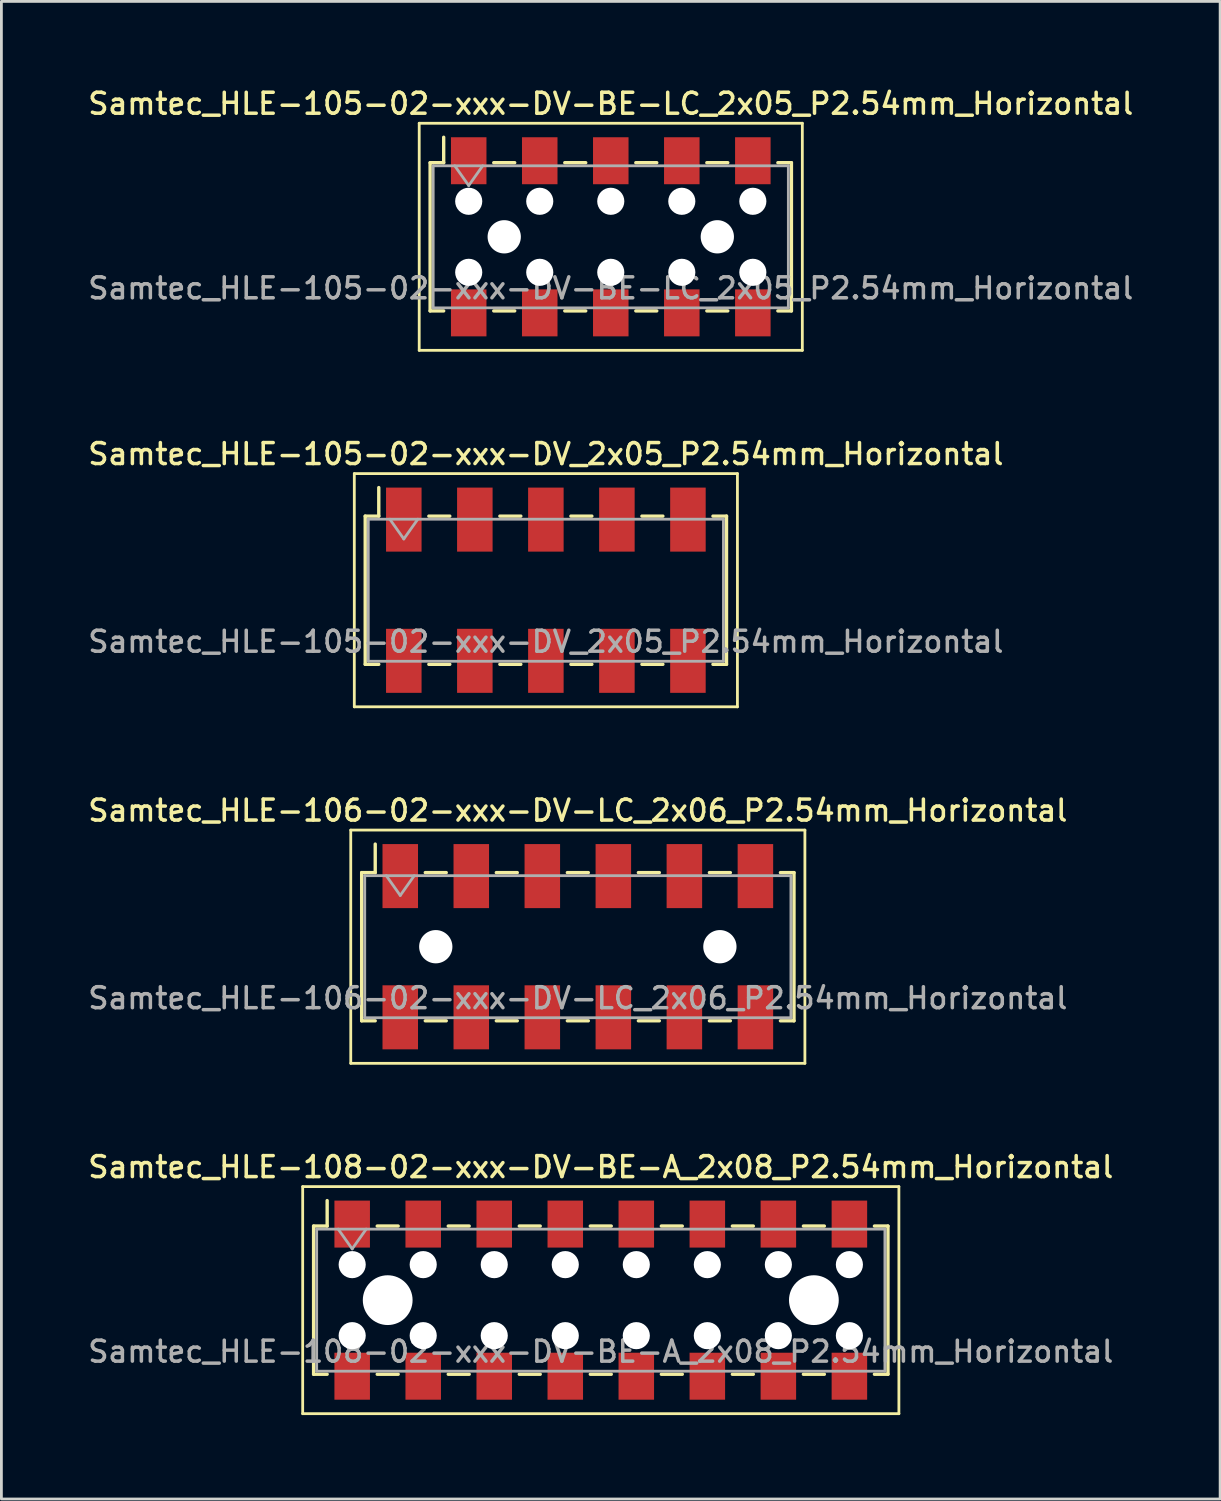
<source format=kicad_pcb>
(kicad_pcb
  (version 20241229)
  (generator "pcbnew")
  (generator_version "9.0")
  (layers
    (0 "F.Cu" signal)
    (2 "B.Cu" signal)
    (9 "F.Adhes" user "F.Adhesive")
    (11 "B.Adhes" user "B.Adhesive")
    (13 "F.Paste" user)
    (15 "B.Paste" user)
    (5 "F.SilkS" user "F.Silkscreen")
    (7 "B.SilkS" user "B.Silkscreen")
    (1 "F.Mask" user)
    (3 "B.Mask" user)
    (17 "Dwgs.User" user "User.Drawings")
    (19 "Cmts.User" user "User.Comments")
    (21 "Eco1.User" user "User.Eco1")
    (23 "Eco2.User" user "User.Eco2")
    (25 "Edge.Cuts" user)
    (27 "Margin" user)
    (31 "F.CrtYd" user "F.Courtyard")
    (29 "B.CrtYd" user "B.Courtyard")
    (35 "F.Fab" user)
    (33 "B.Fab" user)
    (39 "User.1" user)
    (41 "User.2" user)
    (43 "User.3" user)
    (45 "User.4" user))
  (footprint "Samtec_HLE-108-02-xxx-DV-BE-A_2x08_P2.54mm_Horizontal"
    (layer "F.Cu")
    (at 18.434 43.443)
    (property "Reference" "Samtec_HLE-108-02-xxx-DV-BE-A_2x08_P2.54mm_Horizontal" (at 0 -4.76 0) (layer "F.SilkS") (effects (font (size 0.75 0.75) (thickness 0.125))))
    (attr smd)
    (fp_line (start -10.66 -4.06) (end 10.66 -4.06) (stroke (width 0.1) (type solid)) (layer "F.SilkS"))
    (fp_line (start -10.66 4.06) (end -10.66 -4.06) (stroke (width 0.1) (type solid)) (layer "F.SilkS"))
    (fp_line (start -10.27 -2.65) (end -10.27 2.65) (stroke (width 0.12) (type solid)) (layer "F.SilkS"))
    (fp_line (start -10.27 2.65) (end -9.785 2.65) (stroke (width 0.12) (type solid)) (layer "F.SilkS"))
    (fp_line (start -9.785 -3.56) (end -9.785 -2.65) (stroke (width 0.12) (type solid)) (layer "F.SilkS"))
    (fp_line (start -9.785 -2.65) (end -10.27 -2.65) (stroke (width 0.12) (type solid)) (layer "F.SilkS"))
    (fp_line (start -7.995 -2.65) (end -7.245 -2.65) (stroke (width 0.12) (type solid)) (layer "F.SilkS"))
    (fp_line (start -7.995 2.65) (end -7.245 2.65) (stroke (width 0.12) (type solid)) (layer "F.SilkS"))
    (fp_line (start -5.455 -2.65) (end -4.705 -2.65) (stroke (width 0.12) (type solid)) (layer "F.SilkS"))
    (fp_line (start -5.455 2.65) (end -4.705 2.65) (stroke (width 0.12) (type solid)) (layer "F.SilkS"))
    (fp_line (start -2.915 -2.65) (end -2.165 -2.65) (stroke (width 0.12) (type solid)) (layer "F.SilkS"))
    (fp_line (start -2.915 2.65) (end -2.165 2.65) (stroke (width 0.12) (type solid)) (layer "F.SilkS"))
    (fp_line (start -0.375 -2.65) (end 0.375 -2.65) (stroke (width 0.12) (type solid)) (layer "F.SilkS"))
    (fp_line (start -0.375 2.65) (end 0.375 2.65) (stroke (width 0.12) (type solid)) (layer "F.SilkS"))
    (fp_line (start 2.165 -2.65) (end 2.915 -2.65) (stroke (width 0.12) (type solid)) (layer "F.SilkS"))
    (fp_line (start 2.165 2.65) (end 2.915 2.65) (stroke (width 0.12) (type solid)) (layer "F.SilkS"))
    (fp_line (start 4.705 -2.65) (end 5.455 -2.65) (stroke (width 0.12) (type solid)) (layer "F.SilkS"))
    (fp_line (start 4.705 2.65) (end 5.455 2.65) (stroke (width 0.12) (type solid)) (layer "F.SilkS"))
    (fp_line (start 7.245 -2.65) (end 7.995 -2.65) (stroke (width 0.12) (type solid)) (layer "F.SilkS"))
    (fp_line (start 7.245 2.65) (end 7.995 2.65) (stroke (width 0.12) (type solid)) (layer "F.SilkS"))
    (fp_line (start 9.785 -2.65) (end 10.27 -2.65) (stroke (width 0.12) (type solid)) (layer "F.SilkS"))
    (fp_line (start 10.27 -2.65) (end 10.27 2.65) (stroke (width 0.12) (type solid)) (layer "F.SilkS"))
    (fp_line (start 10.27 2.65) (end 9.785 2.65) (stroke (width 0.12) (type solid)) (layer "F.SilkS"))
    (fp_line (start 10.66 -4.06) (end 10.66 4.06) (stroke (width 0.1) (type solid)) (layer "F.SilkS"))
    (fp_line (start 10.66 4.06) (end -10.66 4.06) (stroke (width 0.1) (type solid)) (layer "F.SilkS"))
    (fp_line (start -10.16 -2.54) (end 10.16 -2.54) (stroke (width 0.1) (type solid)) (layer "F.Fab"))
    (fp_line (start -10.16 2.54) (end -10.16 -2.54) (stroke (width 0.1) (type solid)) (layer "F.Fab"))
    (fp_line (start -9.39 -2.54) (end -8.89 -1.833) (stroke (width 0.1) (type solid)) (layer "F.Fab"))
    (fp_line (start -8.89 -1.833) (end -8.39 -2.54) (stroke (width 0.1) (type solid)) (layer "F.Fab"))
    (fp_line (start 10.16 -2.54) (end 10.16 2.54) (stroke (width 0.1) (type solid)) (layer "F.Fab"))
    (fp_line (start 10.16 2.54) (end -10.16 2.54) (stroke (width 0.1) (type solid)) (layer "F.Fab"))
    (fp_text user "${REFERENCE}" (at 0 1.84 0) (layer "F.Fab") (effects (font (size 0.75 0.75) (thickness 0.125))))
    (pad "" np_thru_hole circle (at -8.89 -1.27) (size 0.97 0.97) (drill 0.97) (layers "*.Cu" "*.Mask"))
    (pad "" np_thru_hole circle (at -8.89 1.27) (size 0.97 0.97) (drill 0.97) (layers "*.Cu" "*.Mask"))
    (pad "" np_thru_hole circle (at -7.62 0) (size 1.78 1.78) (drill 1.78) (layers "*.Cu" "*.Mask"))
    (pad "" np_thru_hole circle (at -6.35 -1.27) (size 0.97 0.97) (drill 0.97) (layers "*.Cu" "*.Mask"))
    (pad "" np_thru_hole circle (at -6.35 1.27) (size 0.97 0.97) (drill 0.97) (layers "*.Cu" "*.Mask"))
    (pad "" np_thru_hole circle (at -3.81 -1.27) (size 0.97 0.97) (drill 0.97) (layers "*.Cu" "*.Mask"))
    (pad "" np_thru_hole circle (at -3.81 1.27) (size 0.97 0.97) (drill 0.97) (layers "*.Cu" "*.Mask"))
    (pad "" np_thru_hole circle (at -1.27 -1.27) (size 0.97 0.97) (drill 0.97) (layers "*.Cu" "*.Mask"))
    (pad "" np_thru_hole circle (at -1.27 1.27) (size 0.97 0.97) (drill 0.97) (layers "*.Cu" "*.Mask"))
    (pad "" np_thru_hole circle (at 1.27 -1.27) (size 0.97 0.97) (drill 0.97) (layers "*.Cu" "*.Mask"))
    (pad "" np_thru_hole circle (at 1.27 1.27) (size 0.97 0.97) (drill 0.97) (layers "*.Cu" "*.Mask"))
    (pad "" np_thru_hole circle (at 3.81 -1.27) (size 0.97 0.97) (drill 0.97) (layers "*.Cu" "*.Mask"))
    (pad "" np_thru_hole circle (at 3.81 1.27) (size 0.97 0.97) (drill 0.97) (layers "*.Cu" "*.Mask"))
    (pad "" np_thru_hole circle (at 6.35 -1.27) (size 0.97 0.97) (drill 0.97) (layers "*.Cu" "*.Mask"))
    (pad "" np_thru_hole circle (at 6.35 1.27) (size 0.97 0.97) (drill 0.97) (layers "*.Cu" "*.Mask"))
    (pad "" np_thru_hole circle (at 7.62 0) (size 1.78 1.78) (drill 1.78) (layers "*.Cu" "*.Mask"))
    (pad "" np_thru_hole circle (at 8.89 -1.27) (size 0.97 0.97) (drill 0.97) (layers "*.Cu" "*.Mask"))
    (pad "" np_thru_hole circle (at 8.89 1.27) (size 0.97 0.97) (drill 0.97) (layers "*.Cu" "*.Mask"))
    (pad "1" smd rect (at -8.89 -2.72) (size 1.27 1.68) (layers "F.Cu" "F.Mask" "F.Paste"))
    (pad "2" smd rect (at -8.89 2.72) (size 1.27 1.68) (layers "F.Cu" "F.Mask" "F.Paste"))
    (pad "3" smd rect (at -6.35 -2.72) (size 1.27 1.68) (layers "F.Cu" "F.Mask" "F.Paste"))
    (pad "4" smd rect (at -6.35 2.72) (size 1.27 1.68) (layers "F.Cu" "F.Mask" "F.Paste"))
    (pad "5" smd rect (at -3.81 -2.72) (size 1.27 1.68) (layers "F.Cu" "F.Mask" "F.Paste"))
    (pad "6" smd rect (at -3.81 2.72) (size 1.27 1.68) (layers "F.Cu" "F.Mask" "F.Paste"))
    (pad "7" smd rect (at -1.27 -2.72) (size 1.27 1.68) (layers "F.Cu" "F.Mask" "F.Paste"))
    (pad "8" smd rect (at -1.27 2.72) (size 1.27 1.68) (layers "F.Cu" "F.Mask" "F.Paste"))
    (pad "9" smd rect (at 1.27 -2.72) (size 1.27 1.68) (layers "F.Cu" "F.Mask" "F.Paste"))
    (pad "10" smd rect (at 1.27 2.72) (size 1.27 1.68) (layers "F.Cu" "F.Mask" "F.Paste"))
    (pad "11" smd rect (at 3.81 -2.72) (size 1.27 1.68) (layers "F.Cu" "F.Mask" "F.Paste"))
    (pad "12" smd rect (at 3.81 2.72) (size 1.27 1.68) (layers "F.Cu" "F.Mask" "F.Paste"))
    (pad "13" smd rect (at 6.35 -2.72) (size 1.27 1.68) (layers "F.Cu" "F.Mask" "F.Paste"))
    (pad "14" smd rect (at 6.35 2.72) (size 1.27 1.68) (layers "F.Cu" "F.Mask" "F.Paste"))
    (pad "15" smd rect (at 8.89 -2.72) (size 1.27 1.68) (layers "F.Cu" "F.Mask" "F.Paste"))
    (pad "16" smd rect (at 8.89 2.72) (size 1.27 1.68) (layers "F.Cu" "F.Mask" "F.Paste")))
  (footprint "Samtec_HLE-105-02-xxx-DV-BE-LC_2x05_P2.54mm_Horizontal"
    (layer "F.Cu")
    (at 18.791 5.418)
    (property "Reference" "Samtec_HLE-105-02-xxx-DV-BE-LC_2x05_P2.54mm_Horizontal" (at 0 -4.76 0) (layer "F.SilkS") (effects (font (size 0.75 0.75) (thickness 0.125))))
    (attr smd)
    (fp_line (start -6.85 -4.06) (end 6.85 -4.06) (stroke (width 0.1) (type solid)) (layer "F.SilkS"))
    (fp_line (start -6.85 4.06) (end -6.85 -4.06) (stroke (width 0.1) (type solid)) (layer "F.SilkS"))
    (fp_line (start -6.46 -2.65) (end -6.46 2.65) (stroke (width 0.12) (type solid)) (layer "F.SilkS"))
    (fp_line (start -6.46 2.65) (end -5.975 2.65) (stroke (width 0.12) (type solid)) (layer "F.SilkS"))
    (fp_line (start -5.975 -3.56) (end -5.975 -2.65) (stroke (width 0.12) (type solid)) (layer "F.SilkS"))
    (fp_line (start -5.975 -2.65) (end -6.46 -2.65) (stroke (width 0.12) (type solid)) (layer "F.SilkS"))
    (fp_line (start -4.185 -2.65) (end -3.435 -2.65) (stroke (width 0.12) (type solid)) (layer "F.SilkS"))
    (fp_line (start -4.185 2.65) (end -3.435 2.65) (stroke (width 0.12) (type solid)) (layer "F.SilkS"))
    (fp_line (start -1.645 -2.65) (end -0.895 -2.65) (stroke (width 0.12) (type solid)) (layer "F.SilkS"))
    (fp_line (start -1.645 2.65) (end -0.895 2.65) (stroke (width 0.12) (type solid)) (layer "F.SilkS"))
    (fp_line (start 0.895 -2.65) (end 1.645 -2.65) (stroke (width 0.12) (type solid)) (layer "F.SilkS"))
    (fp_line (start 0.895 2.65) (end 1.645 2.65) (stroke (width 0.12) (type solid)) (layer "F.SilkS"))
    (fp_line (start 3.435 -2.65) (end 4.185 -2.65) (stroke (width 0.12) (type solid)) (layer "F.SilkS"))
    (fp_line (start 3.435 2.65) (end 4.185 2.65) (stroke (width 0.12) (type solid)) (layer "F.SilkS"))
    (fp_line (start 5.975 -2.65) (end 6.46 -2.65) (stroke (width 0.12) (type solid)) (layer "F.SilkS"))
    (fp_line (start 6.46 -2.65) (end 6.46 2.65) (stroke (width 0.12) (type solid)) (layer "F.SilkS"))
    (fp_line (start 6.46 2.65) (end 5.975 2.65) (stroke (width 0.12) (type solid)) (layer "F.SilkS"))
    (fp_line (start 6.85 -4.06) (end 6.85 4.06) (stroke (width 0.1) (type solid)) (layer "F.SilkS"))
    (fp_line (start 6.85 4.06) (end -6.85 4.06) (stroke (width 0.1) (type solid)) (layer "F.SilkS"))
    (fp_line (start -6.35 -2.54) (end 6.35 -2.54) (stroke (width 0.1) (type solid)) (layer "F.Fab"))
    (fp_line (start -6.35 2.54) (end -6.35 -2.54) (stroke (width 0.1) (type solid)) (layer "F.Fab"))
    (fp_line (start -5.58 -2.54) (end -5.08 -1.833) (stroke (width 0.1) (type solid)) (layer "F.Fab"))
    (fp_line (start -5.08 -1.833) (end -4.58 -2.54) (stroke (width 0.1) (type solid)) (layer "F.Fab"))
    (fp_line (start 6.35 -2.54) (end 6.35 2.54) (stroke (width 0.1) (type solid)) (layer "F.Fab"))
    (fp_line (start 6.35 2.54) (end -6.35 2.54) (stroke (width 0.1) (type solid)) (layer "F.Fab"))
    (fp_text user "${REFERENCE}" (at 0 1.84 0) (layer "F.Fab") (effects (font (size 0.75 0.75) (thickness 0.125))))
    (pad "" np_thru_hole circle (at -5.08 -1.27) (size 0.97 0.97) (drill 0.97) (layers "*.Cu" "*.Mask"))
    (pad "" np_thru_hole circle (at -5.08 1.27) (size 0.97 0.97) (drill 0.97) (layers "*.Cu" "*.Mask"))
    (pad "" np_thru_hole circle (at -3.81 0) (size 1.19 1.19) (drill 1.19) (layers "*.Cu" "*.Mask"))
    (pad "" np_thru_hole circle (at -2.54 -1.27) (size 0.97 0.97) (drill 0.97) (layers "*.Cu" "*.Mask"))
    (pad "" np_thru_hole circle (at -2.54 1.27) (size 0.97 0.97) (drill 0.97) (layers "*.Cu" "*.Mask"))
    (pad "" np_thru_hole circle (at 0 -1.27) (size 0.97 0.97) (drill 0.97) (layers "*.Cu" "*.Mask"))
    (pad "" np_thru_hole circle (at 0 1.27) (size 0.97 0.97) (drill 0.97) (layers "*.Cu" "*.Mask"))
    (pad "" np_thru_hole circle (at 2.54 -1.27) (size 0.97 0.97) (drill 0.97) (layers "*.Cu" "*.Mask"))
    (pad "" np_thru_hole circle (at 2.54 1.27) (size 0.97 0.97) (drill 0.97) (layers "*.Cu" "*.Mask"))
    (pad "" np_thru_hole circle (at 3.81 0) (size 1.19 1.19) (drill 1.19) (layers "*.Cu" "*.Mask"))
    (pad "" np_thru_hole circle (at 5.08 -1.27) (size 0.97 0.97) (drill 0.97) (layers "*.Cu" "*.Mask"))
    (pad "" np_thru_hole circle (at 5.08 1.27) (size 0.97 0.97) (drill 0.97) (layers "*.Cu" "*.Mask"))
    (pad "1" smd rect (at -5.08 -2.72) (size 1.27 1.68) (layers "F.Cu" "F.Mask" "F.Paste"))
    (pad "2" smd rect (at -5.08 2.72) (size 1.27 1.68) (layers "F.Cu" "F.Mask" "F.Paste"))
    (pad "3" smd rect (at -2.54 -2.72) (size 1.27 1.68) (layers "F.Cu" "F.Mask" "F.Paste"))
    (pad "4" smd rect (at -2.54 2.72) (size 1.27 1.68) (layers "F.Cu" "F.Mask" "F.Paste"))
    (pad "5" smd rect (at 0 -2.72) (size 1.27 1.68) (layers "F.Cu" "F.Mask" "F.Paste"))
    (pad "6" smd rect (at 0 2.72) (size 1.27 1.68) (layers "F.Cu" "F.Mask" "F.Paste"))
    (pad "7" smd rect (at 2.54 -2.72) (size 1.27 1.68) (layers "F.Cu" "F.Mask" "F.Paste"))
    (pad "8" smd rect (at 2.54 2.72) (size 1.27 1.68) (layers "F.Cu" "F.Mask" "F.Paste"))
    (pad "9" smd rect (at 5.08 -2.72) (size 1.27 1.68) (layers "F.Cu" "F.Mask" "F.Paste"))
    (pad "10" smd rect (at 5.08 2.72) (size 1.27 1.68) (layers "F.Cu" "F.Mask" "F.Paste")))
  (footprint "Samtec_HLE-106-02-xxx-DV-LC_2x06_P2.54mm_Horizontal"
    (layer "F.Cu")
    (at 17.613 30.804)
    (property "Reference" "Samtec_HLE-106-02-xxx-DV-LC_2x06_P2.54mm_Horizontal" (at 0 -4.87 0) (layer "F.SilkS") (effects (font (size 0.75 0.75) (thickness 0.125))))
    (attr smd)
    (fp_line (start -8.12 -4.17) (end 8.12 -4.17) (stroke (width 0.1) (type solid)) (layer "F.SilkS"))
    (fp_line (start -8.12 4.17) (end -8.12 -4.17) (stroke (width 0.1) (type solid)) (layer "F.SilkS"))
    (fp_line (start -7.73 -2.65) (end -7.73 2.65) (stroke (width 0.12) (type solid)) (layer "F.SilkS"))
    (fp_line (start -7.73 2.65) (end -7.245 2.65) (stroke (width 0.12) (type solid)) (layer "F.SilkS"))
    (fp_line (start -7.245 -3.67) (end -7.245 -2.65) (stroke (width 0.12) (type solid)) (layer "F.SilkS"))
    (fp_line (start -7.245 -2.65) (end -7.73 -2.65) (stroke (width 0.12) (type solid)) (layer "F.SilkS"))
    (fp_line (start -5.455 -2.65) (end -4.705 -2.65) (stroke (width 0.12) (type solid)) (layer "F.SilkS"))
    (fp_line (start -5.455 2.65) (end -4.705 2.65) (stroke (width 0.12) (type solid)) (layer "F.SilkS"))
    (fp_line (start -2.915 -2.65) (end -2.165 -2.65) (stroke (width 0.12) (type solid)) (layer "F.SilkS"))
    (fp_line (start -2.915 2.65) (end -2.165 2.65) (stroke (width 0.12) (type solid)) (layer "F.SilkS"))
    (fp_line (start -0.375 -2.65) (end 0.375 -2.65) (stroke (width 0.12) (type solid)) (layer "F.SilkS"))
    (fp_line (start -0.375 2.65) (end 0.375 2.65) (stroke (width 0.12) (type solid)) (layer "F.SilkS"))
    (fp_line (start 2.165 -2.65) (end 2.915 -2.65) (stroke (width 0.12) (type solid)) (layer "F.SilkS"))
    (fp_line (start 2.165 2.65) (end 2.915 2.65) (stroke (width 0.12) (type solid)) (layer "F.SilkS"))
    (fp_line (start 4.705 -2.65) (end 5.455 -2.65) (stroke (width 0.12) (type solid)) (layer "F.SilkS"))
    (fp_line (start 4.705 2.65) (end 5.455 2.65) (stroke (width 0.12) (type solid)) (layer "F.SilkS"))
    (fp_line (start 7.245 -2.65) (end 7.73 -2.65) (stroke (width 0.12) (type solid)) (layer "F.SilkS"))
    (fp_line (start 7.73 -2.65) (end 7.73 2.65) (stroke (width 0.12) (type solid)) (layer "F.SilkS"))
    (fp_line (start 7.73 2.65) (end 7.245 2.65) (stroke (width 0.12) (type solid)) (layer "F.SilkS"))
    (fp_line (start 8.12 -4.17) (end 8.12 4.17) (stroke (width 0.1) (type solid)) (layer "F.SilkS"))
    (fp_line (start 8.12 4.17) (end -8.12 4.17) (stroke (width 0.1) (type solid)) (layer "F.SilkS"))
    (fp_line (start -7.62 -2.54) (end 7.62 -2.54) (stroke (width 0.1) (type solid)) (layer "F.Fab"))
    (fp_line (start -7.62 2.54) (end -7.62 -2.54) (stroke (width 0.1) (type solid)) (layer "F.Fab"))
    (fp_line (start -6.85 -2.54) (end -6.35 -1.833) (stroke (width 0.1) (type solid)) (layer "F.Fab"))
    (fp_line (start -6.35 -1.833) (end -5.85 -2.54) (stroke (width 0.1) (type solid)) (layer "F.Fab"))
    (fp_line (start 7.62 -2.54) (end 7.62 2.54) (stroke (width 0.1) (type solid)) (layer "F.Fab"))
    (fp_line (start 7.62 2.54) (end -7.62 2.54) (stroke (width 0.1) (type solid)) (layer "F.Fab"))
    (fp_text user "${REFERENCE}" (at 0 1.84 0) (layer "F.Fab") (effects (font (size 0.75 0.75) (thickness 0.125))))
    (pad "" np_thru_hole circle (at -5.08 0) (size 1.19 1.19) (drill 1.19) (layers "*.Cu" "*.Mask"))
    (pad "" np_thru_hole circle (at 5.08 0) (size 1.19 1.19) (drill 1.19) (layers "*.Cu" "*.Mask"))
    (pad "1" smd rect (at -6.35 -2.525) (size 1.27 2.29) (layers "F.Cu" "F.Mask" "F.Paste"))
    (pad "2" smd rect (at -6.35 2.525) (size 1.27 2.29) (layers "F.Cu" "F.Mask" "F.Paste"))
    (pad "3" smd rect (at -3.81 -2.525) (size 1.27 2.29) (layers "F.Cu" "F.Mask" "F.Paste"))
    (pad "4" smd rect (at -3.81 2.525) (size 1.27 2.29) (layers "F.Cu" "F.Mask" "F.Paste"))
    (pad "5" smd rect (at -1.27 -2.525) (size 1.27 2.29) (layers "F.Cu" "F.Mask" "F.Paste"))
    (pad "6" smd rect (at -1.27 2.525) (size 1.27 2.29) (layers "F.Cu" "F.Mask" "F.Paste"))
    (pad "7" smd rect (at 1.27 -2.525) (size 1.27 2.29) (layers "F.Cu" "F.Mask" "F.Paste"))
    (pad "8" smd rect (at 1.27 2.525) (size 1.27 2.29) (layers "F.Cu" "F.Mask" "F.Paste"))
    (pad "9" smd rect (at 3.81 -2.525) (size 1.27 2.29) (layers "F.Cu" "F.Mask" "F.Paste"))
    (pad "10" smd rect (at 3.81 2.525) (size 1.27 2.29) (layers "F.Cu" "F.Mask" "F.Paste"))
    (pad "11" smd rect (at 6.35 -2.525) (size 1.27 2.29) (layers "F.Cu" "F.Mask" "F.Paste"))
    (pad "12" smd rect (at 6.35 2.525) (size 1.27 2.29) (layers "F.Cu" "F.Mask" "F.Paste")))
  (footprint "Samtec_HLE-105-02-xxx-DV_2x05_P2.54mm_Horizontal"
    (layer "F.Cu")
    (at 16.47 18.056)
    (property "Reference" "Samtec_HLE-105-02-xxx-DV_2x05_P2.54mm_Horizontal" (at 0 -4.87 0) (layer "F.SilkS") (effects (font (size 0.75 0.75) (thickness 0.125))))
    (attr smd)
    (fp_line (start -6.85 -4.17) (end 6.85 -4.17) (stroke (width 0.1) (type solid)) (layer "F.SilkS"))
    (fp_line (start -6.85 4.17) (end -6.85 -4.17) (stroke (width 0.1) (type solid)) (layer "F.SilkS"))
    (fp_line (start -6.46 -2.65) (end -6.46 2.65) (stroke (width 0.12) (type solid)) (layer "F.SilkS"))
    (fp_line (start -6.46 2.65) (end -5.975 2.65) (stroke (width 0.12) (type solid)) (layer "F.SilkS"))
    (fp_line (start -5.975 -3.67) (end -5.975 -2.65) (stroke (width 0.12) (type solid)) (layer "F.SilkS"))
    (fp_line (start -5.975 -2.65) (end -6.46 -2.65) (stroke (width 0.12) (type solid)) (layer "F.SilkS"))
    (fp_line (start -4.185 -2.65) (end -3.435 -2.65) (stroke (width 0.12) (type solid)) (layer "F.SilkS"))
    (fp_line (start -4.185 2.65) (end -3.435 2.65) (stroke (width 0.12) (type solid)) (layer "F.SilkS"))
    (fp_line (start -1.645 -2.65) (end -0.895 -2.65) (stroke (width 0.12) (type solid)) (layer "F.SilkS"))
    (fp_line (start -1.645 2.65) (end -0.895 2.65) (stroke (width 0.12) (type solid)) (layer "F.SilkS"))
    (fp_line (start 0.895 -2.65) (end 1.645 -2.65) (stroke (width 0.12) (type solid)) (layer "F.SilkS"))
    (fp_line (start 0.895 2.65) (end 1.645 2.65) (stroke (width 0.12) (type solid)) (layer "F.SilkS"))
    (fp_line (start 3.435 -2.65) (end 4.185 -2.65) (stroke (width 0.12) (type solid)) (layer "F.SilkS"))
    (fp_line (start 3.435 2.65) (end 4.185 2.65) (stroke (width 0.12) (type solid)) (layer "F.SilkS"))
    (fp_line (start 5.975 -2.65) (end 6.46 -2.65) (stroke (width 0.12) (type solid)) (layer "F.SilkS"))
    (fp_line (start 6.46 -2.65) (end 6.46 2.65) (stroke (width 0.12) (type solid)) (layer "F.SilkS"))
    (fp_line (start 6.46 2.65) (end 5.975 2.65) (stroke (width 0.12) (type solid)) (layer "F.SilkS"))
    (fp_line (start 6.85 -4.17) (end 6.85 4.17) (stroke (width 0.1) (type solid)) (layer "F.SilkS"))
    (fp_line (start 6.85 4.17) (end -6.85 4.17) (stroke (width 0.1) (type solid)) (layer "F.SilkS"))
    (fp_line (start -6.35 -2.54) (end 6.35 -2.54) (stroke (width 0.1) (type solid)) (layer "F.Fab"))
    (fp_line (start -6.35 2.54) (end -6.35 -2.54) (stroke (width 0.1) (type solid)) (layer "F.Fab"))
    (fp_line (start -5.58 -2.54) (end -5.08 -1.833) (stroke (width 0.1) (type solid)) (layer "F.Fab"))
    (fp_line (start -5.08 -1.833) (end -4.58 -2.54) (stroke (width 0.1) (type solid)) (layer "F.Fab"))
    (fp_line (start 6.35 -2.54) (end 6.35 2.54) (stroke (width 0.1) (type solid)) (layer "F.Fab"))
    (fp_line (start 6.35 2.54) (end -6.35 2.54) (stroke (width 0.1) (type solid)) (layer "F.Fab"))
    (fp_text user "${REFERENCE}" (at 0 1.84 0) (layer "F.Fab") (effects (font (size 0.75 0.75) (thickness 0.125))))
    (pad "1" smd rect (at -5.08 -2.525) (size 1.27 2.29) (layers "F.Cu" "F.Mask" "F.Paste"))
    (pad "2" smd rect (at -5.08 2.525) (size 1.27 2.29) (layers "F.Cu" "F.Mask" "F.Paste"))
    (pad "3" smd rect (at -2.54 -2.525) (size 1.27 2.29) (layers "F.Cu" "F.Mask" "F.Paste"))
    (pad "4" smd rect (at -2.54 2.525) (size 1.27 2.29) (layers "F.Cu" "F.Mask" "F.Paste"))
    (pad "5" smd rect (at 0 -2.525) (size 1.27 2.29) (layers "F.Cu" "F.Mask" "F.Paste"))
    (pad "6" smd rect (at 0 2.525) (size 1.27 2.29) (layers "F.Cu" "F.Mask" "F.Paste"))
    (pad "7" smd rect (at 2.54 -2.525) (size 1.27 2.29) (layers "F.Cu" "F.Mask" "F.Paste"))
    (pad "8" smd rect (at 2.54 2.525) (size 1.27 2.29) (layers "F.Cu" "F.Mask" "F.Paste"))
    (pad "9" smd rect (at 5.08 -2.525) (size 1.27 2.29) (layers "F.Cu" "F.Mask" "F.Paste"))
    (pad "10" smd rect (at 5.08 2.525) (size 1.27 2.29) (layers "F.Cu" "F.Mask" "F.Paste")))
  (gr_rect
    (start -3 -3)
    (end 40.582 50.553)
    (stroke (width 0.1) (type default))
    (fill no)
    (layer "Edge.Cuts")))
</source>
